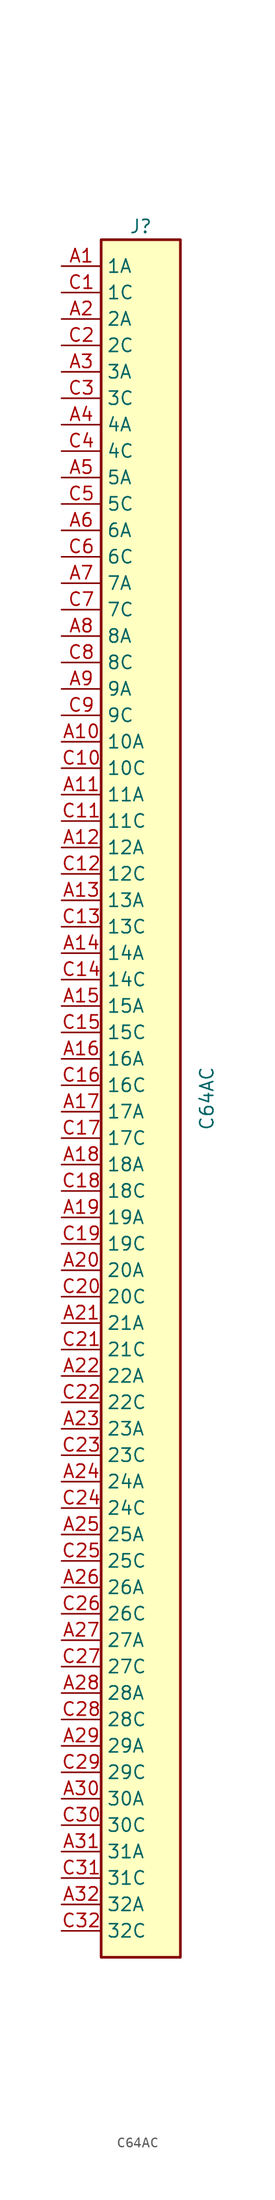
<source format=kicad_sym>
(kicad_symbol_lib
  (version 20201005)
  (generator kicad_symbol_editor)
  (symbol "C64AC"
    (property "Reference" "J"
      (at 0 85.09 0)
      (effects (font (size 1.27 1.27))))
    (property "Value" "C64AC"
      (at 6.35 1.27 90)
      (effects (font (size 1.27 1.27))))
    (symbol "C64AC_0_1"
      (rectangle (start -3.81 -81.28) (end 3.81 83.82) (stroke (width 0.254)) (fill (type background))))
    (symbol "C64AC_1_1"
      (pin passive line (at -7.62 81.28 0) (length 3.81) (name "1A" (effects (font (size 1.27 1.27)))) (number "A1" (effects (font (size 1.27 1.27)))))
      (pin passive line (at -7.62 35.56 0) (length 3.81) (name "10A" (effects (font (size 1.27 1.27)))) (number "A10" (effects (font (size 1.27 1.27)))))
      (pin passive line (at -7.62 30.48 0) (length 3.81) (name "11A" (effects (font (size 1.27 1.27)))) (number "A11" (effects (font (size 1.27 1.27)))))
      (pin passive line (at -7.62 25.4 0) (length 3.81) (name "12A" (effects (font (size 1.27 1.27)))) (number "A12" (effects (font (size 1.27 1.27)))))
      (pin passive line (at -7.62 20.32 0) (length 3.81) (name "13A" (effects (font (size 1.27 1.27)))) (number "A13" (effects (font (size 1.27 1.27)))))
      (pin passive line (at -7.62 15.24 0) (length 3.81) (name "14A" (effects (font (size 1.27 1.27)))) (number "A14" (effects (font (size 1.27 1.27)))))
      (pin passive line (at -7.62 10.16 0) (length 3.81) (name "15A" (effects (font (size 1.27 1.27)))) (number "A15" (effects (font (size 1.27 1.27)))))
      (pin passive line (at -7.62 5.08 0) (length 3.81) (name "16A" (effects (font (size 1.27 1.27)))) (number "A16" (effects (font (size 1.27 1.27)))))
      (pin passive line (at -7.62 0 0) (length 3.81) (name "17A" (effects (font (size 1.27 1.27)))) (number "A17" (effects (font (size 1.27 1.27)))))
      (pin passive line (at -7.62 -5.08 0) (length 3.81) (name "18A" (effects (font (size 1.27 1.27)))) (number "A18" (effects (font (size 1.27 1.27)))))
      (pin passive line (at -7.62 -10.16 0) (length 3.81) (name "19A" (effects (font (size 1.27 1.27)))) (number "A19" (effects (font (size 1.27 1.27)))))
      (pin passive line (at -7.62 76.2 0) (length 3.81) (name "2A" (effects (font (size 1.27 1.27)))) (number "A2" (effects (font (size 1.27 1.27)))))
      (pin passive line (at -7.62 -15.24 0) (length 3.81) (name "20A" (effects (font (size 1.27 1.27)))) (number "A20" (effects (font (size 1.27 1.27)))))
      (pin passive line (at -7.62 -20.32 0) (length 3.81) (name "21A" (effects (font (size 1.27 1.27)))) (number "A21" (effects (font (size 1.27 1.27)))))
      (pin passive line (at -7.62 -25.4 0) (length 3.81) (name "22A" (effects (font (size 1.27 1.27)))) (number "A22" (effects (font (size 1.27 1.27)))))
      (pin passive line (at -7.62 -30.48 0) (length 3.81) (name "23A" (effects (font (size 1.27 1.27)))) (number "A23" (effects (font (size 1.27 1.27)))))
      (pin passive line (at -7.62 -35.56 0) (length 3.81) (name "24A" (effects (font (size 1.27 1.27)))) (number "A24" (effects (font (size 1.27 1.27)))))
      (pin passive line (at -7.62 -40.64 0) (length 3.81) (name "25A" (effects (font (size 1.27 1.27)))) (number "A25" (effects (font (size 1.27 1.27)))))
      (pin passive line (at -7.62 -45.72 0) (length 3.81) (name "26A" (effects (font (size 1.27 1.27)))) (number "A26" (effects (font (size 1.27 1.27)))))
      (pin passive line (at -7.62 -50.8 0) (length 3.81) (name "27A" (effects (font (size 1.27 1.27)))) (number "A27" (effects (font (size 1.27 1.27)))))
      (pin passive line (at -7.62 -55.88 0) (length 3.81) (name "28A" (effects (font (size 1.27 1.27)))) (number "A28" (effects (font (size 1.27 1.27)))))
      (pin passive line (at -7.62 -60.96 0) (length 3.81) (name "29A" (effects (font (size 1.27 1.27)))) (number "A29" (effects (font (size 1.27 1.27)))))
      (pin passive line (at -7.62 71.12 0) (length 3.81) (name "3A" (effects (font (size 1.27 1.27)))) (number "A3" (effects (font (size 1.27 1.27)))))
      (pin passive line (at -7.62 -66.04 0) (length 3.81) (name "30A" (effects (font (size 1.27 1.27)))) (number "A30" (effects (font (size 1.27 1.27)))))
      (pin passive line (at -7.62 -71.12 0) (length 3.81) (name "31A" (effects (font (size 1.27 1.27)))) (number "A31" (effects (font (size 1.27 1.27)))))
      (pin passive line (at -7.62 -76.2 0) (length 3.81) (name "32A" (effects (font (size 1.27 1.27)))) (number "A32" (effects (font (size 1.27 1.27)))))
      (pin passive line (at -7.62 66.04 0) (length 3.81) (name "4A" (effects (font (size 1.27 1.27)))) (number "A4" (effects (font (size 1.27 1.27)))))
      (pin passive line (at -7.62 60.96 0) (length 3.81) (name "5A" (effects (font (size 1.27 1.27)))) (number "A5" (effects (font (size 1.27 1.27)))))
      (pin passive line (at -7.62 55.88 0) (length 3.81) (name "6A" (effects (font (size 1.27 1.27)))) (number "A6" (effects (font (size 1.27 1.27)))))
      (pin passive line (at -7.62 50.8 0) (length 3.81) (name "7A" (effects (font (size 1.27 1.27)))) (number "A7" (effects (font (size 1.27 1.27)))))
      (pin passive line (at -7.62 45.72 0) (length 3.81) (name "8A" (effects (font (size 1.27 1.27)))) (number "A8" (effects (font (size 1.27 1.27)))))
      (pin passive line (at -7.62 40.64 0) (length 3.81) (name "9A" (effects (font (size 1.27 1.27)))) (number "A9" (effects (font (size 1.27 1.27)))))
      (pin passive line (at -7.62 78.74 0) (length 3.81) (name "1C" (effects (font (size 1.27 1.27)))) (number "C1" (effects (font (size 1.27 1.27)))))
      (pin passive line (at -7.62 33.02 0) (length 3.81) (name "10C" (effects (font (size 1.27 1.27)))) (number "C10" (effects (font (size 1.27 1.27)))))
      (pin passive line (at -7.62 27.94 0) (length 3.81) (name "11C" (effects (font (size 1.27 1.27)))) (number "C11" (effects (font (size 1.27 1.27)))))
      (pin passive line (at -7.62 22.86 0) (length 3.81) (name "12C" (effects (font (size 1.27 1.27)))) (number "C12" (effects (font (size 1.27 1.27)))))
      (pin passive line (at -7.62 17.78 0) (length 3.81) (name "13C" (effects (font (size 1.27 1.27)))) (number "C13" (effects (font (size 1.27 1.27)))))
      (pin passive line (at -7.62 12.7 0) (length 3.81) (name "14C" (effects (font (size 1.27 1.27)))) (number "C14" (effects (font (size 1.27 1.27)))))
      (pin passive line (at -7.62 7.62 0) (length 3.81) (name "15C" (effects (font (size 1.27 1.27)))) (number "C15" (effects (font (size 1.27 1.27)))))
      (pin passive line (at -7.62 2.54 0) (length 3.81) (name "16C" (effects (font (size 1.27 1.27)))) (number "C16" (effects (font (size 1.27 1.27)))))
      (pin passive line (at -7.62 -2.54 0) (length 3.81) (name "17C" (effects (font (size 1.27 1.27)))) (number "C17" (effects (font (size 1.27 1.27)))))
      (pin passive line (at -7.62 -7.62 0) (length 3.81) (name "18C" (effects (font (size 1.27 1.27)))) (number "C18" (effects (font (size 1.27 1.27)))))
      (pin passive line (at -7.62 -12.7 0) (length 3.81) (name "19C" (effects (font (size 1.27 1.27)))) (number "C19" (effects (font (size 1.27 1.27)))))
      (pin passive line (at -7.62 73.66 0) (length 3.81) (name "2C" (effects (font (size 1.27 1.27)))) (number "C2" (effects (font (size 1.27 1.27)))))
      (pin passive line (at -7.62 -17.78 0) (length 3.81) (name "20C" (effects (font (size 1.27 1.27)))) (number "C20" (effects (font (size 1.27 1.27)))))
      (pin passive line (at -7.62 -22.86 0) (length 3.81) (name "21C" (effects (font (size 1.27 1.27)))) (number "C21" (effects (font (size 1.27 1.27)))))
      (pin passive line (at -7.62 -27.94 0) (length 3.81) (name "22C" (effects (font (size 1.27 1.27)))) (number "C22" (effects (font (size 1.27 1.27)))))
      (pin passive line (at -7.62 -33.02 0) (length 3.81) (name "23C" (effects (font (size 1.27 1.27)))) (number "C23" (effects (font (size 1.27 1.27)))))
      (pin passive line (at -7.62 -38.1 0) (length 3.81) (name "24C" (effects (font (size 1.27 1.27)))) (number "C24" (effects (font (size 1.27 1.27)))))
      (pin passive line (at -7.62 -43.18 0) (length 3.81) (name "25C" (effects (font (size 1.27 1.27)))) (number "C25" (effects (font (size 1.27 1.27)))))
      (pin passive line (at -7.62 -48.26 0) (length 3.81) (name "26C" (effects (font (size 1.27 1.27)))) (number "C26" (effects (font (size 1.27 1.27)))))
      (pin passive line (at -7.62 -53.34 0) (length 3.81) (name "27C" (effects (font (size 1.27 1.27)))) (number "C27" (effects (font (size 1.27 1.27)))))
      (pin passive line (at -7.62 -58.42 0) (length 3.81) (name "28C" (effects (font (size 1.27 1.27)))) (number "C28" (effects (font (size 1.27 1.27)))))
      (pin passive line (at -7.62 -63.5 0) (length 3.81) (name "29C" (effects (font (size 1.27 1.27)))) (number "C29" (effects (font (size 1.27 1.27)))))
      (pin passive line (at -7.62 68.58 0) (length 3.81) (name "3C" (effects (font (size 1.27 1.27)))) (number "C3" (effects (font (size 1.27 1.27)))))
      (pin passive line (at -7.62 -68.58 0) (length 3.81) (name "30C" (effects (font (size 1.27 1.27)))) (number "C30" (effects (font (size 1.27 1.27)))))
      (pin passive line (at -7.62 -73.66 0) (length 3.81) (name "31C" (effects (font (size 1.27 1.27)))) (number "C31" (effects (font (size 1.27 1.27)))))
      (pin passive line (at -7.62 -78.74 0) (length 3.81) (name "32C" (effects (font (size 1.27 1.27)))) (number "C32" (effects (font (size 1.27 1.27)))))
      (pin passive line (at -7.62 63.5 0) (length 3.81) (name "4C" (effects (font (size 1.27 1.27)))) (number "C4" (effects (font (size 1.27 1.27)))))
      (pin passive line (at -7.62 58.42 0) (length 3.81) (name "5C" (effects (font (size 1.27 1.27)))) (number "C5" (effects (font (size 1.27 1.27)))))
      (pin passive line (at -7.62 53.34 0) (length 3.81) (name "6C" (effects (font (size 1.27 1.27)))) (number "C6" (effects (font (size 1.27 1.27)))))
      (pin passive line (at -7.62 48.26 0) (length 3.81) (name "7C" (effects (font (size 1.27 1.27)))) (number "C7" (effects (font (size 1.27 1.27)))))
      (pin passive line (at -7.62 43.18 0) (length 3.81) (name "8C" (effects (font (size 1.27 1.27)))) (number "C8" (effects (font (size 1.27 1.27)))))
      (pin passive line (at -7.62 38.1 0) (length 3.81) (name "9C" (effects (font (size 1.27 1.27)))) (number "C9" (effects (font (size 1.27 1.27))))))))
</source>
